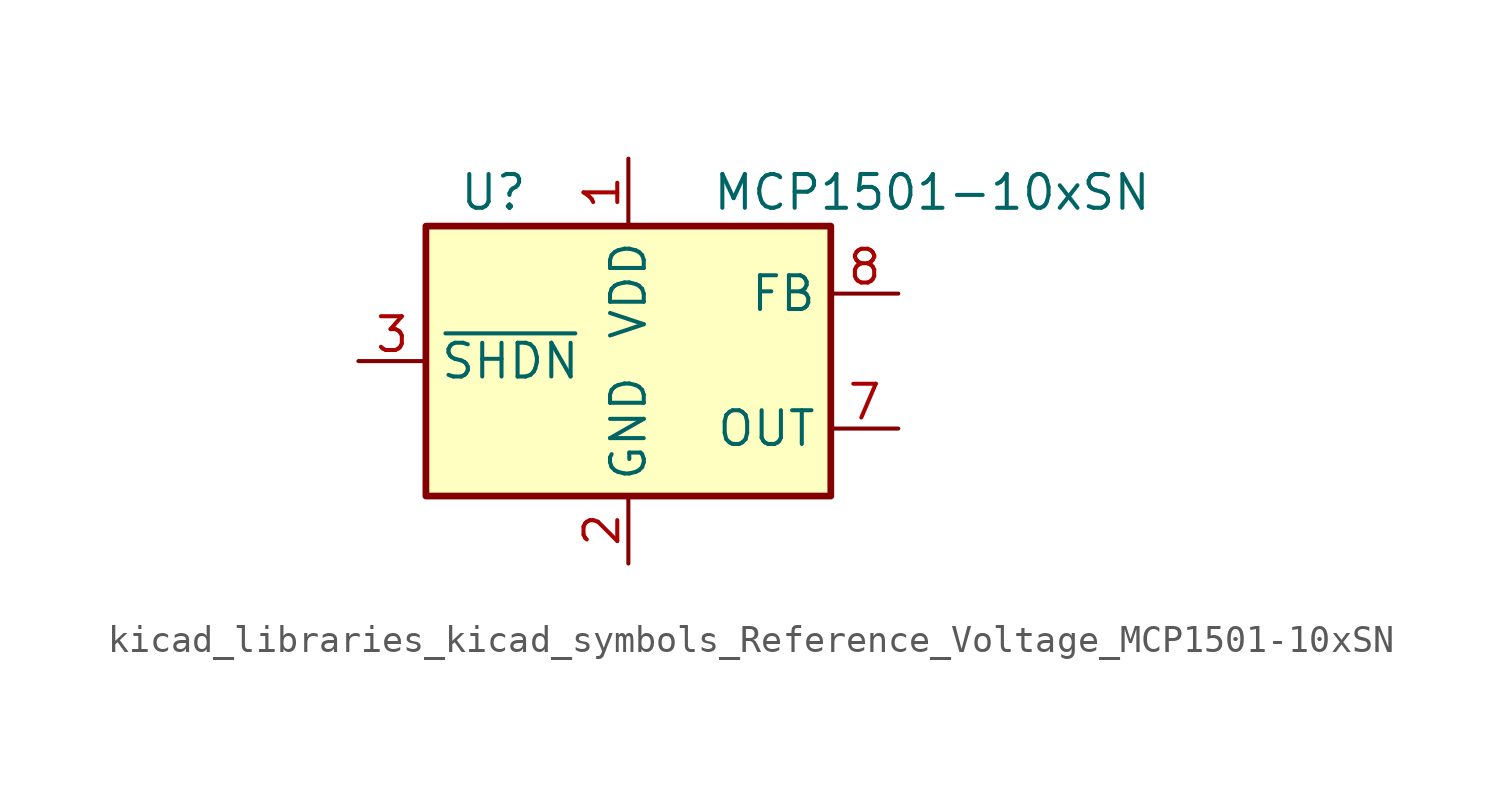
<source format=kicad_sym>
(kicad_symbol_lib
  (version 20220914)
  (generator kicad_symbol_editor)
  (symbol "kicad_libraries_kicad_symbols_Reference_Voltage_MCP1501-10xSN"
    (property "Reference" "U"
      (at -5.08 6.35 0)
      (effects (font (size 1.27 1.27))))
    (property "Value" "MCP1501-10xSN"
      (at 11.43 6.35 0)
      (effects (font (size 1.27 1.27))))
    (symbol "kicad_libraries_kicad_symbols_Reference_Voltage_MCP1501-10xSN_0_0"
      (pin power_in line (at 0 7.62 270) (length 2.54) (name "VDD" (effects (font (size 1.27 1.27)))) (number "1" (effects (font (size 1.27 1.27)))))
      (pin power_in line (at 0 -7.62 90) (length 2.54) (name "GND" (effects (font (size 1.27 1.27)))) (number "2" (effects (font (size 1.27 1.27)))))
      (pin input line (at -10.16 0 0) (length 2.54) (name "~{SHDN}" (effects (font (size 1.27 1.27)))) (number "3" (effects (font (size 1.27 1.27)))))
      (pin passive line (at 0 -7.62 90) (length 2.54) hide (name "GND" (effects (font (size 1.27 1.27)))) (number "4" (effects (font (size 1.27 1.27)))))
      (pin passive line (at 0 -7.62 90) (length 2.54) hide (name "GND" (effects (font (size 1.27 1.27)))) (number "5" (effects (font (size 1.27 1.27)))))
      (pin passive line (at 0 -7.62 90) (length 2.54) hide (name "GND" (effects (font (size 1.27 1.27)))) (number "6" (effects (font (size 1.27 1.27)))))
      (pin power_out line (at 10.16 -2.54 180) (length 2.54) (name "OUT" (effects (font (size 1.27 1.27)))) (number "7" (effects (font (size 1.27 1.27)))))
      (pin input line (at 10.16 2.54 180) (length 2.54) (name "FB" (effects (font (size 1.27 1.27)))) (number "8" (effects (font (size 1.27 1.27))))))
    (symbol "kicad_libraries_kicad_symbols_Reference_Voltage_MCP1501-10xSN_0_1"
      (rectangle (start -7.62 5.08) (end 7.62 -5.08) (stroke (width 0.254) (type default)) (fill (type background))))))
</source>
